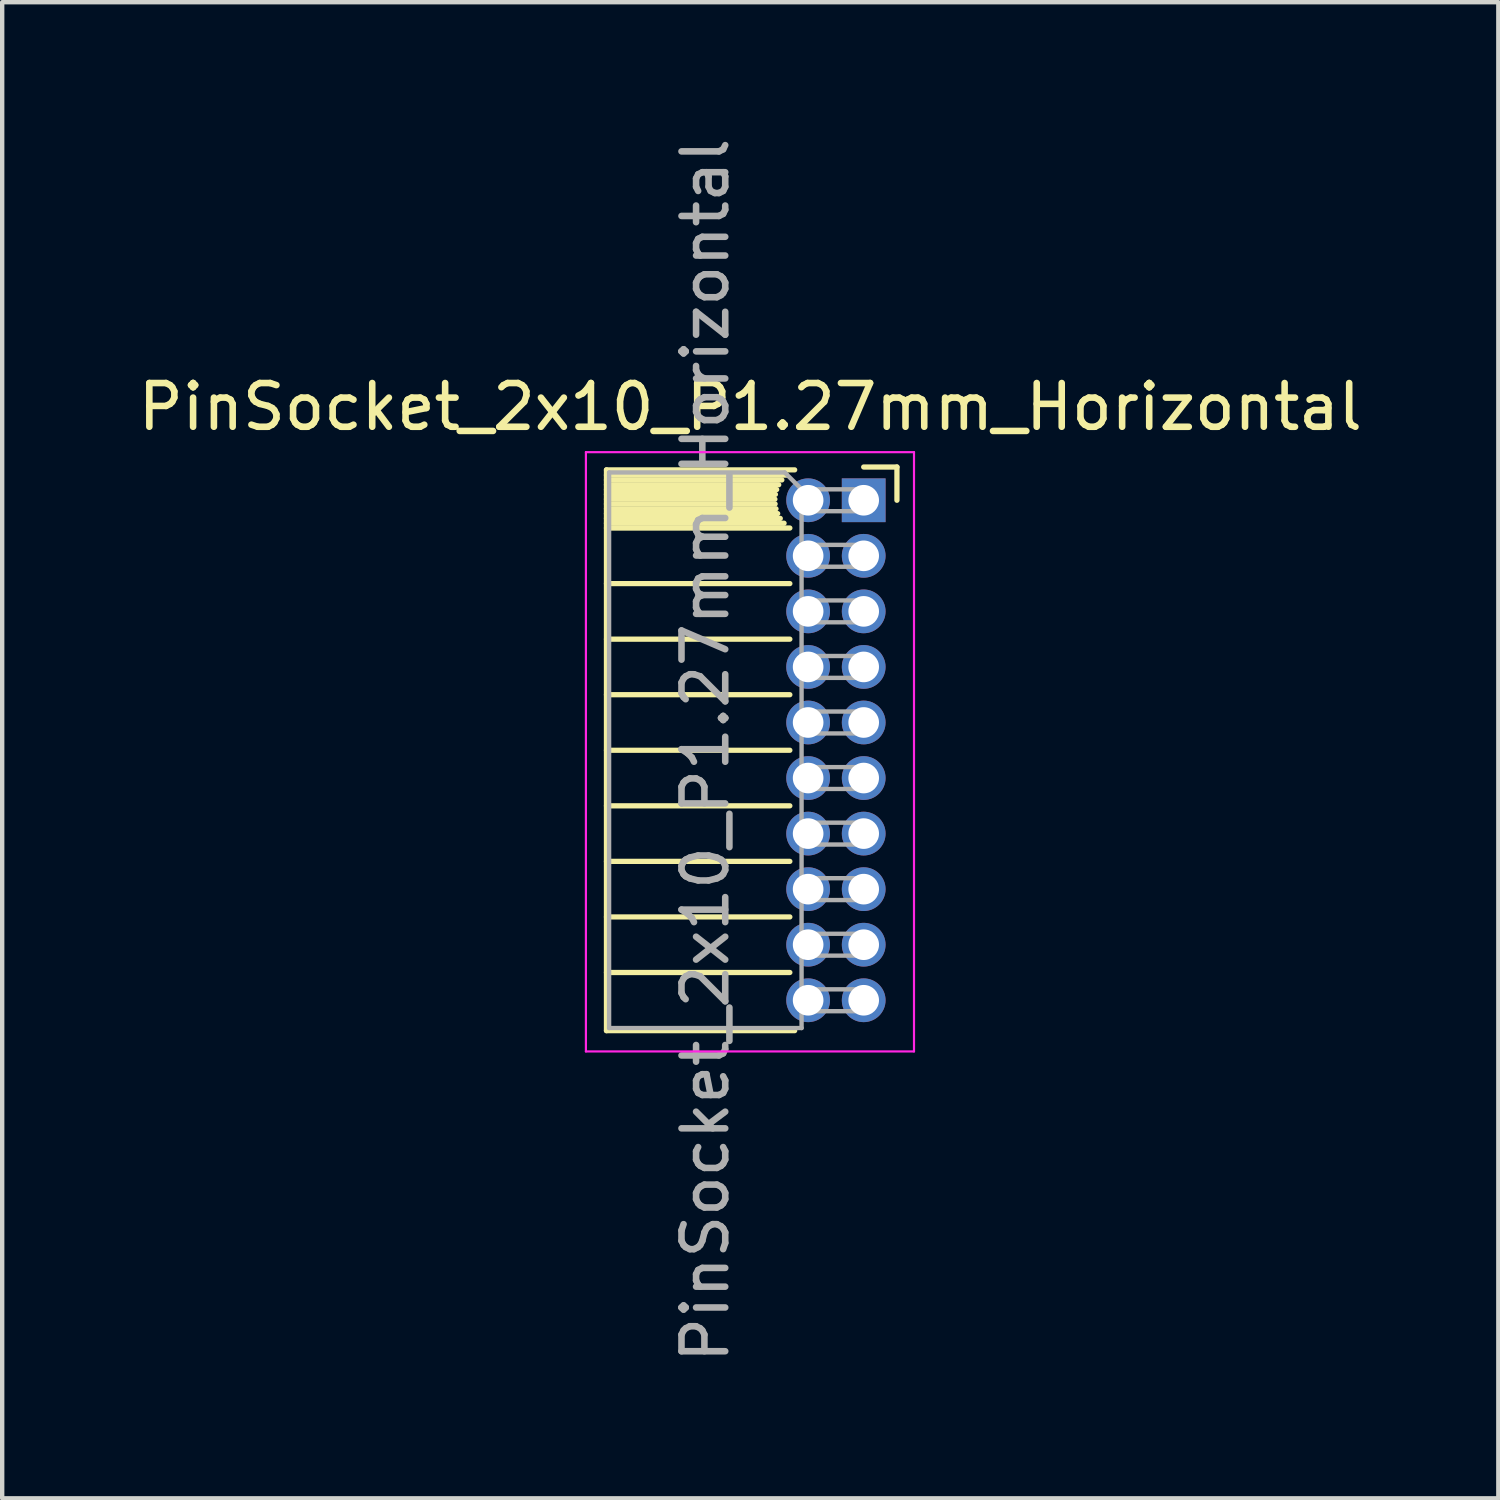
<source format=kicad_pcb>
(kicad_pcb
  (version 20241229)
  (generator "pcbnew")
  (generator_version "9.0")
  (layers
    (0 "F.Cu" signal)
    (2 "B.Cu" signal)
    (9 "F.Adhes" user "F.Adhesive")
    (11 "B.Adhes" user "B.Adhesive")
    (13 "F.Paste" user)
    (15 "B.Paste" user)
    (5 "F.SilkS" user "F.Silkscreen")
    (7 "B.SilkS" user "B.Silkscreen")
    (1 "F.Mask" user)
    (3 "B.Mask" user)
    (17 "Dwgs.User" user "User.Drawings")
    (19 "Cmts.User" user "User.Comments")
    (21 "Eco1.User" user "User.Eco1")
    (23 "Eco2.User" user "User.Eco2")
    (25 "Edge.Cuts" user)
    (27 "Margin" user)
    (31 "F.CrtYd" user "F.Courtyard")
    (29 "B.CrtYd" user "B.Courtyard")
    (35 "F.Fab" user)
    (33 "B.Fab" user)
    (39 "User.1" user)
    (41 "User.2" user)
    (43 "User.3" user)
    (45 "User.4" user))
  (footprint "PinSocket_2x10_P1.27mm_Horizontal"
    (layer "F.Cu")
    (at 16.694 8.386)
    (property "Reference" "PinSocket_2x10_P1.27mm_Horizontal" (at -2.592 -2.135 0) (layer "F.SilkS") (effects (font (size 1 1) (thickness 0.15))))
    (attr through_hole)
    (fp_line (start -5.88 -0.695) (end -5.88 12.125) (stroke (width 0.12) (type solid)) (layer "F.SilkS"))
    (fp_line (start -5.88 -0.695) (end -1.578 -0.695) (stroke (width 0.12) (type solid)) (layer "F.SilkS"))
    (fp_line (start -5.88 -0.575) (end -1.767 -0.575) (stroke (width 0.12) (type solid)) (layer "F.SilkS"))
    (fp_line (start -5.88 -0.465) (end -1.871 -0.465) (stroke (width 0.12) (type solid)) (layer "F.SilkS"))
    (fp_line (start -5.88 -0.355) (end -1.942 -0.355) (stroke (width 0.12) (type solid)) (layer "F.SilkS"))
    (fp_line (start -5.88 -0.245) (end -1.989 -0.245) (stroke (width 0.12) (type solid)) (layer "F.SilkS"))
    (fp_line (start -5.88 -0.135) (end -2.018 -0.135) (stroke (width 0.12) (type solid)) (layer "F.SilkS"))
    (fp_line (start -5.88 -0.025) (end -2.03 -0.025) (stroke (width 0.12) (type solid)) (layer "F.SilkS"))
    (fp_line (start -5.88 0.085) (end -2.025 0.085) (stroke (width 0.12) (type solid)) (layer "F.SilkS"))
    (fp_line (start -5.88 0.195) (end -2.005 0.195) (stroke (width 0.12) (type solid)) (layer "F.SilkS"))
    (fp_line (start -5.88 0.305) (end -1.966 0.305) (stroke (width 0.12) (type solid)) (layer "F.SilkS"))
    (fp_line (start -5.88 0.415) (end -1.907 0.415) (stroke (width 0.12) (type solid)) (layer "F.SilkS"))
    (fp_line (start -5.88 0.525) (end -1.82 0.525) (stroke (width 0.12) (type solid)) (layer "F.SilkS"))
    (fp_line (start -5.88 0.635) (end -1.688 0.635) (stroke (width 0.12) (type solid)) (layer "F.SilkS"))
    (fp_line (start -5.88 1.905) (end -1.688 1.905) (stroke (width 0.12) (type solid)) (layer "F.SilkS"))
    (fp_line (start -5.88 3.175) (end -1.688 3.175) (stroke (width 0.12) (type solid)) (layer "F.SilkS"))
    (fp_line (start -5.88 4.445) (end -1.688 4.445) (stroke (width 0.12) (type solid)) (layer "F.SilkS"))
    (fp_line (start -5.88 5.715) (end -1.688 5.715) (stroke (width 0.12) (type solid)) (layer "F.SilkS"))
    (fp_line (start -5.88 6.985) (end -1.688 6.985) (stroke (width 0.12) (type solid)) (layer "F.SilkS"))
    (fp_line (start -5.88 8.255) (end -1.688 8.255) (stroke (width 0.12) (type solid)) (layer "F.SilkS"))
    (fp_line (start -5.88 9.525) (end -1.688 9.525) (stroke (width 0.12) (type solid)) (layer "F.SilkS"))
    (fp_line (start -5.88 10.795) (end -1.688 10.795) (stroke (width 0.12) (type solid)) (layer "F.SilkS"))
    (fp_line (start -5.88 12.125) (end -1.578 12.125) (stroke (width 0.12) (type solid)) (layer "F.SilkS"))
    (fp_line (start 0 -0.76) (end 0.76 -0.76) (stroke (width 0.12) (type solid)) (layer "F.SilkS"))
    (fp_line (start 0.76 -0.76) (end 0.76 0) (stroke (width 0.12) (type solid)) (layer "F.SilkS"))
    (fp_line (start -6.35 -1.1) (end -6.35 12.6) (stroke (width 0.05) (type solid)) (layer "F.CrtYd"))
    (fp_line (start -6.35 12.6) (end 1.15 12.6) (stroke (width 0.05) (type solid)) (layer "F.CrtYd"))
    (fp_line (start 1.15 -1.1) (end -6.35 -1.1) (stroke (width 0.05) (type solid)) (layer "F.CrtYd"))
    (fp_line (start 1.15 12.6) (end 1.15 -1.1) (stroke (width 0.05) (type solid)) (layer "F.CrtYd"))
    (fp_line (start -5.82 -0.635) (end -1.805 -0.635) (stroke (width 0.1) (type solid)) (layer "F.Fab"))
    (fp_line (start -5.82 12.065) (end -5.82 -0.635) (stroke (width 0.1) (type solid)) (layer "F.Fab"))
    (fp_line (start -1.805 -0.635) (end -1.42 -0.25) (stroke (width 0.1) (type solid)) (layer "F.Fab"))
    (fp_line (start -1.42 -0.25) (end -1.42 12.065) (stroke (width 0.1) (type solid)) (layer "F.Fab"))
    (fp_line (start -1.42 0.25) (end 0 0.25) (stroke (width 0.1) (type solid)) (layer "F.Fab"))
    (fp_line (start -1.42 1.52) (end 0 1.52) (stroke (width 0.1) (type solid)) (layer "F.Fab"))
    (fp_line (start -1.42 2.79) (end 0 2.79) (stroke (width 0.1) (type solid)) (layer "F.Fab"))
    (fp_line (start -1.42 4.06) (end 0 4.06) (stroke (width 0.1) (type solid)) (layer "F.Fab"))
    (fp_line (start -1.42 5.33) (end 0 5.33) (stroke (width 0.1) (type solid)) (layer "F.Fab"))
    (fp_line (start -1.42 6.6) (end 0 6.6) (stroke (width 0.1) (type solid)) (layer "F.Fab"))
    (fp_line (start -1.42 7.87) (end 0 7.87) (stroke (width 0.1) (type solid)) (layer "F.Fab"))
    (fp_line (start -1.42 9.14) (end 0 9.14) (stroke (width 0.1) (type solid)) (layer "F.Fab"))
    (fp_line (start -1.42 10.41) (end 0 10.41) (stroke (width 0.1) (type solid)) (layer "F.Fab"))
    (fp_line (start -1.42 11.68) (end 0 11.68) (stroke (width 0.1) (type solid)) (layer "F.Fab"))
    (fp_line (start -1.42 12.065) (end -5.82 12.065) (stroke (width 0.1) (type solid)) (layer "F.Fab"))
    (fp_line (start 0 -0.25) (end -1.42 -0.25) (stroke (width 0.1) (type solid)) (layer "F.Fab"))
    (fp_line (start 0 0.25) (end 0 -0.25) (stroke (width 0.1) (type solid)) (layer "F.Fab"))
    (fp_line (start 0 1.02) (end -1.42 1.02) (stroke (width 0.1) (type solid)) (layer "F.Fab"))
    (fp_line (start 0 1.52) (end 0 1.02) (stroke (width 0.1) (type solid)) (layer "F.Fab"))
    (fp_line (start 0 2.29) (end -1.42 2.29) (stroke (width 0.1) (type solid)) (layer "F.Fab"))
    (fp_line (start 0 2.79) (end 0 2.29) (stroke (width 0.1) (type solid)) (layer "F.Fab"))
    (fp_line (start 0 3.56) (end -1.42 3.56) (stroke (width 0.1) (type solid)) (layer "F.Fab"))
    (fp_line (start 0 4.06) (end 0 3.56) (stroke (width 0.1) (type solid)) (layer "F.Fab"))
    (fp_line (start 0 4.83) (end -1.42 4.83) (stroke (width 0.1) (type solid)) (layer "F.Fab"))
    (fp_line (start 0 5.33) (end 0 4.83) (stroke (width 0.1) (type solid)) (layer "F.Fab"))
    (fp_line (start 0 6.1) (end -1.42 6.1) (stroke (width 0.1) (type solid)) (layer "F.Fab"))
    (fp_line (start 0 6.6) (end 0 6.1) (stroke (width 0.1) (type solid)) (layer "F.Fab"))
    (fp_line (start 0 7.37) (end -1.42 7.37) (stroke (width 0.1) (type solid)) (layer "F.Fab"))
    (fp_line (start 0 7.87) (end 0 7.37) (stroke (width 0.1) (type solid)) (layer "F.Fab"))
    (fp_line (start 0 8.64) (end -1.42 8.64) (stroke (width 0.1) (type solid)) (layer "F.Fab"))
    (fp_line (start 0 9.14) (end 0 8.64) (stroke (width 0.1) (type solid)) (layer "F.Fab"))
    (fp_line (start 0 9.91) (end -1.42 9.91) (stroke (width 0.1) (type solid)) (layer "F.Fab"))
    (fp_line (start 0 10.41) (end 0 9.91) (stroke (width 0.1) (type solid)) (layer "F.Fab"))
    (fp_line (start 0 11.18) (end -1.42 11.18) (stroke (width 0.1) (type solid)) (layer "F.Fab"))
    (fp_line (start 0 11.68) (end 0 11.18) (stroke (width 0.1) (type solid)) (layer "F.Fab"))
    (fp_text user "${REFERENCE}" (at -3.62 5.715 90) (layer "F.Fab") (effects (font (size 1 1) (thickness 0.15))))
    (pad "1" thru_hole rect (at 0 0) (size 1 1) (drill 0.7) (layers "*.Cu" "*.Mask"))
    (pad "2" thru_hole oval (at -1.27 0) (size 1 1) (drill 0.7) (layers "*.Cu" "*.Mask"))
    (pad "3" thru_hole oval (at 0 1.27) (size 1 1) (drill 0.7) (layers "*.Cu" "*.Mask"))
    (pad "4" thru_hole oval (at -1.27 1.27) (size 1 1) (drill 0.7) (layers "*.Cu" "*.Mask"))
    (pad "5" thru_hole oval (at 0 2.54) (size 1 1) (drill 0.7) (layers "*.Cu" "*.Mask"))
    (pad "6" thru_hole oval (at -1.27 2.54) (size 1 1) (drill 0.7) (layers "*.Cu" "*.Mask"))
    (pad "7" thru_hole oval (at 0 3.81) (size 1 1) (drill 0.7) (layers "*.Cu" "*.Mask"))
    (pad "8" thru_hole oval (at -1.27 3.81) (size 1 1) (drill 0.7) (layers "*.Cu" "*.Mask"))
    (pad "9" thru_hole oval (at 0 5.08) (size 1 1) (drill 0.7) (layers "*.Cu" "*.Mask"))
    (pad "10" thru_hole oval (at -1.27 5.08) (size 1 1) (drill 0.7) (layers "*.Cu" "*.Mask"))
    (pad "11" thru_hole oval (at 0 6.35) (size 1 1) (drill 0.7) (layers "*.Cu" "*.Mask"))
    (pad "12" thru_hole oval (at -1.27 6.35) (size 1 1) (drill 0.7) (layers "*.Cu" "*.Mask"))
    (pad "13" thru_hole oval (at 0 7.62) (size 1 1) (drill 0.7) (layers "*.Cu" "*.Mask"))
    (pad "14" thru_hole oval (at -1.27 7.62) (size 1 1) (drill 0.7) (layers "*.Cu" "*.Mask"))
    (pad "15" thru_hole oval (at 0 8.89) (size 1 1) (drill 0.7) (layers "*.Cu" "*.Mask"))
    (pad "16" thru_hole oval (at -1.27 8.89) (size 1 1) (drill 0.7) (layers "*.Cu" "*.Mask"))
    (pad "17" thru_hole oval (at 0 10.16) (size 1 1) (drill 0.7) (layers "*.Cu" "*.Mask"))
    (pad "18" thru_hole oval (at -1.27 10.16) (size 1 1) (drill 0.7) (layers "*.Cu" "*.Mask"))
    (pad "19" thru_hole oval (at 0 11.43) (size 1 1) (drill 0.7) (layers "*.Cu" "*.Mask"))
    (pad "20" thru_hole oval (at -1.27 11.43) (size 1 1) (drill 0.7) (layers "*.Cu" "*.Mask")))
  (gr_rect
    (start -3 -3)
    (end 31.202 31.202)
    (stroke (width 0.1) (type default))
    (fill no)
    (layer "Edge.Cuts")))
</source>
